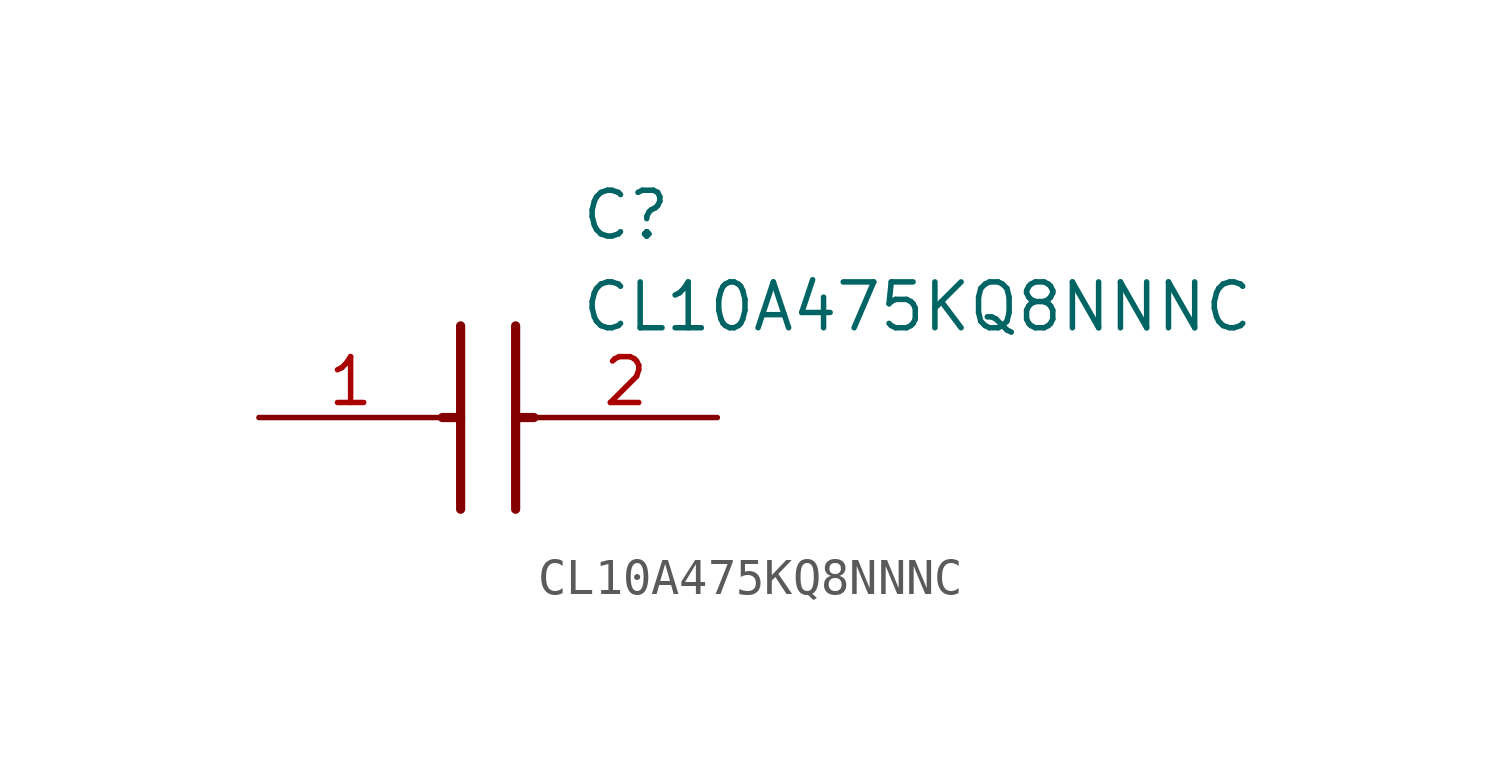
<source format=kicad_sym>
(kicad_symbol_lib
  (version 20211014)
  (generator SamacSys_ECAD_Model)
  (symbol "CL10A475KQ8NNNC"
    (pin_names hide)
    (property "Reference" "C"
      (at 8.89 6.35 0)
      (effects (font (size 1.27 1.27)) (justify left top)))
    (property "Value" "CL10A475KQ8NNNC"
      (at 8.89 3.81 0)
      (effects (font (size 1.27 1.27)) (justify left top)))
    (polyline
      (pts (xy 5.588 2.54) (xy 5.588 -2.54))
      (stroke (width 0.254) (type default))
      (fill (type none)))
    (polyline
      (pts (xy 7.112 2.54) (xy 7.112 -2.54))
      (stroke (width 0.254) (type default))
      (fill (type none)))
    (polyline
      (pts (xy 5.08 0) (xy 5.588 0))
      (stroke (width 0.254) (type default))
      (fill (type none)))
    (polyline
      (pts (xy 7.112 0) (xy 7.62 0))
      (stroke (width 0.254) (type default))
      (fill (type none)))
    (pin passive line
      (at 0 0 0)
      (length 5.08)
      (name "1" (effects (font (size 1.27 1.27))))
      (number "1" (effects (font (size 1.27 1.27)))))
    (pin passive line
      (at 12.7 0 180)
      (length 5.08)
      (name "2" (effects (font (size 1.27 1.27))))
      (number "2" (effects (font (size 1.27 1.27)))))))
</source>
